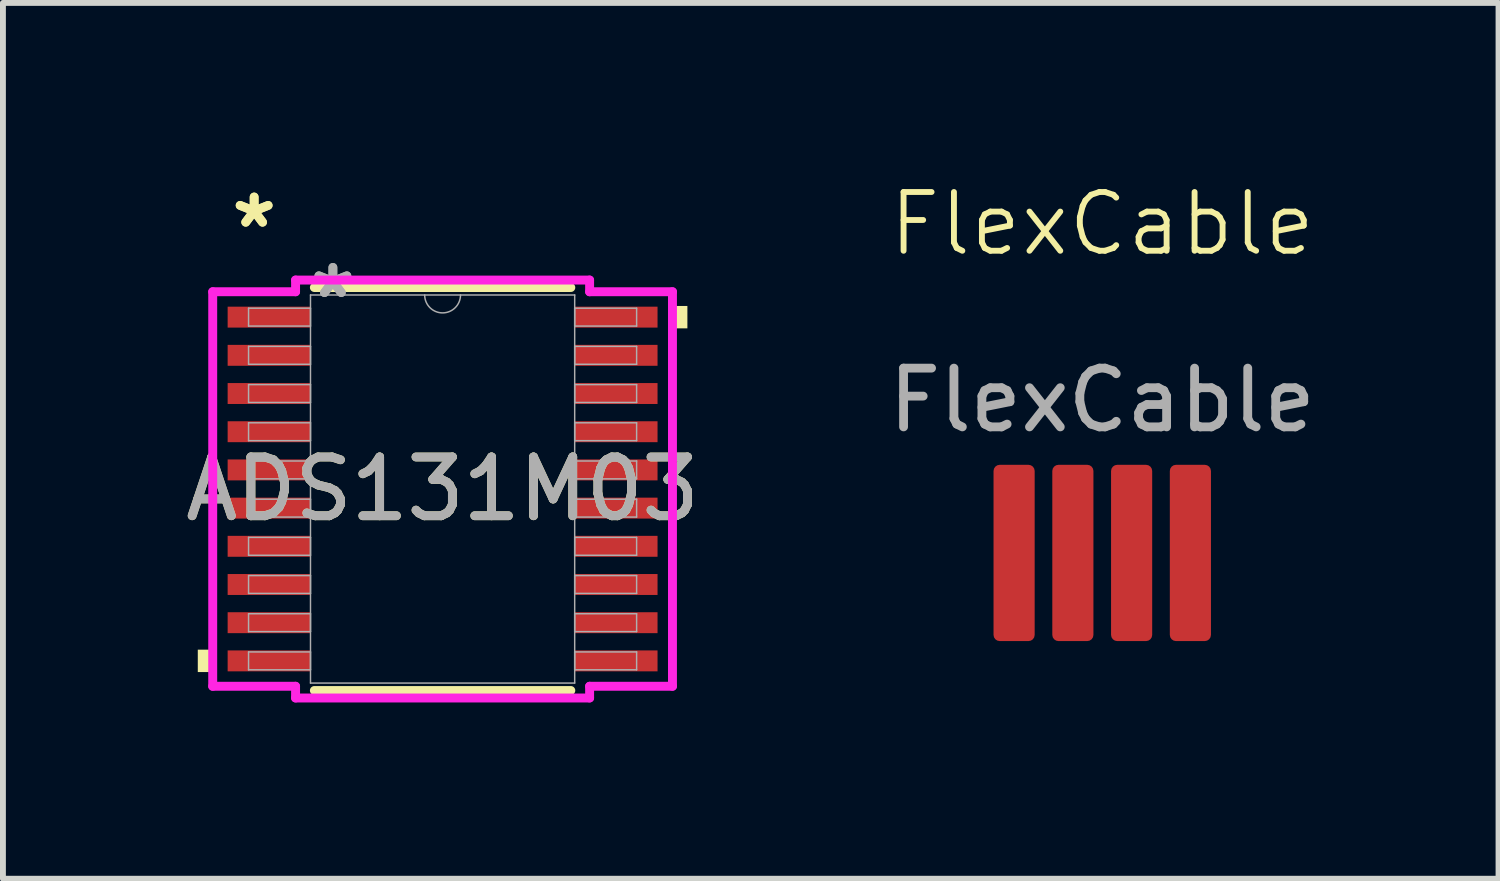
<source format=kicad_pcb>
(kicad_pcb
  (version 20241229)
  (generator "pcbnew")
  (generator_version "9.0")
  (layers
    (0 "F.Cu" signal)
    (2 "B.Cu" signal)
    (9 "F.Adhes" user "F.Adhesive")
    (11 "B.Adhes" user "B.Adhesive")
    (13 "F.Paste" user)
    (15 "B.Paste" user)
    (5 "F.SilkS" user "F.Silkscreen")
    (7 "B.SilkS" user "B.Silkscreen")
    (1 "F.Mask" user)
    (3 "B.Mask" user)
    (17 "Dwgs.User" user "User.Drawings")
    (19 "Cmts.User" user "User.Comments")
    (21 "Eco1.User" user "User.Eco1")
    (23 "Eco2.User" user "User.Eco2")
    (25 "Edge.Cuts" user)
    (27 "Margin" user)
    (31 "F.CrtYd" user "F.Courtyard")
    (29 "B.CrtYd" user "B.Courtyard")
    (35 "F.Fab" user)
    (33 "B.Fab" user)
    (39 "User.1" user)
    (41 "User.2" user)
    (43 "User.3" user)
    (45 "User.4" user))
  (footprint "ADS131M03"
    (layer "F.Cu")
    (at 4.482 5.272)
    (property "Reference" "ADS131M03" (at 0 0 0) (unlocked yes) (layer "F.SilkS") (effects (font (size 1 1) (thickness 0.15))))
    (attr smd)
    (fp_line (start -2.182 3.429) (end 2.182 3.429) (stroke (width 0.152) (type solid)) (layer "F.SilkS"))
    (fp_line (start 2.182 -3.429) (end -2.182 -3.429) (stroke (width 0.152) (type solid)) (layer "F.SilkS"))
    (fp_poly (pts (xy -4.166 2.734) (xy -4.166 3.115) (xy -3.912 3.115) (xy -3.912 2.734)) (stroke (width 0) (type solid)) (fill yes) (layer "F.SilkS"))
    (fp_poly (pts (xy 4.166 -3.115) (xy 4.166 -2.734) (xy 3.912 -2.734) (xy 3.912 -3.115)) (stroke (width 0) (type solid)) (fill yes) (layer "F.SilkS"))
    (fp_line (start -3.912 -3.357) (end -2.502 -3.357) (stroke (width 0.152) (type solid)) (layer "F.CrtYd"))
    (fp_line (start -3.912 3.357) (end -3.912 -3.357) (stroke (width 0.152) (type solid)) (layer "F.CrtYd"))
    (fp_line (start -3.912 3.357) (end -2.502 3.357) (stroke (width 0.152) (type solid)) (layer "F.CrtYd"))
    (fp_line (start -2.502 -3.556) (end 2.502 -3.556) (stroke (width 0.152) (type solid)) (layer "F.CrtYd"))
    (fp_line (start -2.502 -3.357) (end -2.502 -3.556) (stroke (width 0.152) (type solid)) (layer "F.CrtYd"))
    (fp_line (start -2.502 3.556) (end -2.502 3.357) (stroke (width 0.152) (type solid)) (layer "F.CrtYd"))
    (fp_line (start 2.502 -3.556) (end 2.502 -3.357) (stroke (width 0.152) (type solid)) (layer "F.CrtYd"))
    (fp_line (start 2.502 3.357) (end 2.502 3.556) (stroke (width 0.152) (type solid)) (layer "F.CrtYd"))
    (fp_line (start 2.502 3.556) (end -2.502 3.556) (stroke (width 0.152) (type solid)) (layer "F.CrtYd"))
    (fp_line (start 3.912 -3.357) (end 2.502 -3.357) (stroke (width 0.152) (type solid)) (layer "F.CrtYd"))
    (fp_line (start 3.912 -3.357) (end 3.912 3.357) (stroke (width 0.152) (type solid)) (layer "F.CrtYd"))
    (fp_line (start 3.912 3.357) (end 2.502 3.357) (stroke (width 0.152) (type solid)) (layer "F.CrtYd"))
    (fp_line (start -3.302 -3.077) (end -3.302 -2.773) (stroke (width 0.025) (type solid)) (layer "F.Fab"))
    (fp_line (start -3.302 -2.773) (end -2.248 -2.773) (stroke (width 0.025) (type solid)) (layer "F.Fab"))
    (fp_line (start -3.302 -2.427) (end -3.302 -2.123) (stroke (width 0.025) (type solid)) (layer "F.Fab"))
    (fp_line (start -3.302 -2.123) (end -2.248 -2.123) (stroke (width 0.025) (type solid)) (layer "F.Fab"))
    (fp_line (start -3.302 -1.777) (end -3.302 -1.473) (stroke (width 0.025) (type solid)) (layer "F.Fab"))
    (fp_line (start -3.302 -1.473) (end -2.248 -1.473) (stroke (width 0.025) (type solid)) (layer "F.Fab"))
    (fp_line (start -3.302 -1.127) (end -3.302 -0.823) (stroke (width 0.025) (type solid)) (layer "F.Fab"))
    (fp_line (start -3.302 -0.823) (end -2.248 -0.823) (stroke (width 0.025) (type solid)) (layer "F.Fab"))
    (fp_line (start -3.302 -0.477) (end -3.302 -0.173) (stroke (width 0.025) (type solid)) (layer "F.Fab"))
    (fp_line (start -3.302 -0.173) (end -2.248 -0.173) (stroke (width 0.025) (type solid)) (layer "F.Fab"))
    (fp_line (start -3.302 0.173) (end -3.302 0.477) (stroke (width 0.025) (type solid)) (layer "F.Fab"))
    (fp_line (start -3.302 0.477) (end -2.248 0.477) (stroke (width 0.025) (type solid)) (layer "F.Fab"))
    (fp_line (start -3.302 0.823) (end -3.302 1.127) (stroke (width 0.025) (type solid)) (layer "F.Fab"))
    (fp_line (start -3.302 1.127) (end -2.248 1.127) (stroke (width 0.025) (type solid)) (layer "F.Fab"))
    (fp_line (start -3.302 1.473) (end -3.302 1.777) (stroke (width 0.025) (type solid)) (layer "F.Fab"))
    (fp_line (start -3.302 1.777) (end -2.248 1.777) (stroke (width 0.025) (type solid)) (layer "F.Fab"))
    (fp_line (start -3.302 2.123) (end -3.302 2.427) (stroke (width 0.025) (type solid)) (layer "F.Fab"))
    (fp_line (start -3.302 2.427) (end -2.248 2.427) (stroke (width 0.025) (type solid)) (layer "F.Fab"))
    (fp_line (start -3.302 2.773) (end -3.302 3.077) (stroke (width 0.025) (type solid)) (layer "F.Fab"))
    (fp_line (start -3.302 3.077) (end -2.248 3.077) (stroke (width 0.025) (type solid)) (layer "F.Fab"))
    (fp_line (start -2.248 -3.302) (end -2.248 3.302) (stroke (width 0.025) (type solid)) (layer "F.Fab"))
    (fp_line (start -2.248 -3.077) (end -3.302 -3.077) (stroke (width 0.025) (type solid)) (layer "F.Fab"))
    (fp_line (start -2.248 -2.773) (end -2.248 -3.077) (stroke (width 0.025) (type solid)) (layer "F.Fab"))
    (fp_line (start -2.248 -2.427) (end -3.302 -2.427) (stroke (width 0.025) (type solid)) (layer "F.Fab"))
    (fp_line (start -2.248 -2.123) (end -2.248 -2.427) (stroke (width 0.025) (type solid)) (layer "F.Fab"))
    (fp_line (start -2.248 -1.777) (end -3.302 -1.777) (stroke (width 0.025) (type solid)) (layer "F.Fab"))
    (fp_line (start -2.248 -1.473) (end -2.248 -1.777) (stroke (width 0.025) (type solid)) (layer "F.Fab"))
    (fp_line (start -2.248 -1.127) (end -3.302 -1.127) (stroke (width 0.025) (type solid)) (layer "F.Fab"))
    (fp_line (start -2.248 -0.823) (end -2.248 -1.127) (stroke (width 0.025) (type solid)) (layer "F.Fab"))
    (fp_line (start -2.248 -0.477) (end -3.302 -0.477) (stroke (width 0.025) (type solid)) (layer "F.Fab"))
    (fp_line (start -2.248 -0.173) (end -2.248 -0.477) (stroke (width 0.025) (type solid)) (layer "F.Fab"))
    (fp_line (start -2.248 0.173) (end -3.302 0.173) (stroke (width 0.025) (type solid)) (layer "F.Fab"))
    (fp_line (start -2.248 0.477) (end -2.248 0.173) (stroke (width 0.025) (type solid)) (layer "F.Fab"))
    (fp_line (start -2.248 0.823) (end -3.302 0.823) (stroke (width 0.025) (type solid)) (layer "F.Fab"))
    (fp_line (start -2.248 1.127) (end -2.248 0.823) (stroke (width 0.025) (type solid)) (layer "F.Fab"))
    (fp_line (start -2.248 1.473) (end -3.302 1.473) (stroke (width 0.025) (type solid)) (layer "F.Fab"))
    (fp_line (start -2.248 1.777) (end -2.248 1.473) (stroke (width 0.025) (type solid)) (layer "F.Fab"))
    (fp_line (start -2.248 2.123) (end -3.302 2.123) (stroke (width 0.025) (type solid)) (layer "F.Fab"))
    (fp_line (start -2.248 2.427) (end -2.248 2.123) (stroke (width 0.025) (type solid)) (layer "F.Fab"))
    (fp_line (start -2.248 2.773) (end -3.302 2.773) (stroke (width 0.025) (type solid)) (layer "F.Fab"))
    (fp_line (start -2.248 3.077) (end -2.248 2.773) (stroke (width 0.025) (type solid)) (layer "F.Fab"))
    (fp_line (start -2.248 3.302) (end 2.248 3.302) (stroke (width 0.025) (type solid)) (layer "F.Fab"))
    (fp_line (start 2.248 -3.302) (end -2.248 -3.302) (stroke (width 0.025) (type solid)) (layer "F.Fab"))
    (fp_line (start 2.248 -3.077) (end 2.248 -2.773) (stroke (width 0.025) (type solid)) (layer "F.Fab"))
    (fp_line (start 2.248 -2.773) (end 3.302 -2.773) (stroke (width 0.025) (type solid)) (layer "F.Fab"))
    (fp_line (start 2.248 -2.427) (end 2.248 -2.123) (stroke (width 0.025) (type solid)) (layer "F.Fab"))
    (fp_line (start 2.248 -2.123) (end 3.302 -2.123) (stroke (width 0.025) (type solid)) (layer "F.Fab"))
    (fp_line (start 2.248 -1.777) (end 2.248 -1.473) (stroke (width 0.025) (type solid)) (layer "F.Fab"))
    (fp_line (start 2.248 -1.473) (end 3.302 -1.473) (stroke (width 0.025) (type solid)) (layer "F.Fab"))
    (fp_line (start 2.248 -1.127) (end 2.248 -0.823) (stroke (width 0.025) (type solid)) (layer "F.Fab"))
    (fp_line (start 2.248 -0.823) (end 3.302 -0.823) (stroke (width 0.025) (type solid)) (layer "F.Fab"))
    (fp_line (start 2.248 -0.477) (end 2.248 -0.173) (stroke (width 0.025) (type solid)) (layer "F.Fab"))
    (fp_line (start 2.248 -0.173) (end 3.302 -0.173) (stroke (width 0.025) (type solid)) (layer "F.Fab"))
    (fp_line (start 2.248 0.173) (end 2.248 0.477) (stroke (width 0.025) (type solid)) (layer "F.Fab"))
    (fp_line (start 2.248 0.477) (end 3.302 0.477) (stroke (width 0.025) (type solid)) (layer "F.Fab"))
    (fp_line (start 2.248 0.823) (end 2.248 1.127) (stroke (width 0.025) (type solid)) (layer "F.Fab"))
    (fp_line (start 2.248 1.127) (end 3.302 1.127) (stroke (width 0.025) (type solid)) (layer "F.Fab"))
    (fp_line (start 2.248 1.473) (end 2.248 1.777) (stroke (width 0.025) (type solid)) (layer "F.Fab"))
    (fp_line (start 2.248 1.777) (end 3.302 1.777) (stroke (width 0.025) (type solid)) (layer "F.Fab"))
    (fp_line (start 2.248 2.123) (end 2.248 2.427) (stroke (width 0.025) (type solid)) (layer "F.Fab"))
    (fp_line (start 2.248 2.427) (end 3.302 2.427) (stroke (width 0.025) (type solid)) (layer "F.Fab"))
    (fp_line (start 2.248 2.773) (end 2.248 3.077) (stroke (width 0.025) (type solid)) (layer "F.Fab"))
    (fp_line (start 2.248 3.077) (end 3.302 3.077) (stroke (width 0.025) (type solid)) (layer "F.Fab"))
    (fp_line (start 2.248 3.302) (end 2.248 -3.302) (stroke (width 0.025) (type solid)) (layer "F.Fab"))
    (fp_line (start 3.302 -3.077) (end 2.248 -3.077) (stroke (width 0.025) (type solid)) (layer "F.Fab"))
    (fp_line (start 3.302 -2.773) (end 3.302 -3.077) (stroke (width 0.025) (type solid)) (layer "F.Fab"))
    (fp_line (start 3.302 -2.427) (end 2.248 -2.427) (stroke (width 0.025) (type solid)) (layer "F.Fab"))
    (fp_line (start 3.302 -2.123) (end 3.302 -2.427) (stroke (width 0.025) (type solid)) (layer "F.Fab"))
    (fp_line (start 3.302 -1.777) (end 2.248 -1.777) (stroke (width 0.025) (type solid)) (layer "F.Fab"))
    (fp_line (start 3.302 -1.473) (end 3.302 -1.777) (stroke (width 0.025) (type solid)) (layer "F.Fab"))
    (fp_line (start 3.302 -1.127) (end 2.248 -1.127) (stroke (width 0.025) (type solid)) (layer "F.Fab"))
    (fp_line (start 3.302 -0.823) (end 3.302 -1.127) (stroke (width 0.025) (type solid)) (layer "F.Fab"))
    (fp_line (start 3.302 -0.477) (end 2.248 -0.477) (stroke (width 0.025) (type solid)) (layer "F.Fab"))
    (fp_line (start 3.302 -0.173) (end 3.302 -0.477) (stroke (width 0.025) (type solid)) (layer "F.Fab"))
    (fp_line (start 3.302 0.173) (end 2.248 0.173) (stroke (width 0.025) (type solid)) (layer "F.Fab"))
    (fp_line (start 3.302 0.477) (end 3.302 0.173) (stroke (width 0.025) (type solid)) (layer "F.Fab"))
    (fp_line (start 3.302 0.823) (end 2.248 0.823) (stroke (width 0.025) (type solid)) (layer "F.Fab"))
    (fp_line (start 3.302 1.127) (end 3.302 0.823) (stroke (width 0.025) (type solid)) (layer "F.Fab"))
    (fp_line (start 3.302 1.473) (end 2.248 1.473) (stroke (width 0.025) (type solid)) (layer "F.Fab"))
    (fp_line (start 3.302 1.777) (end 3.302 1.473) (stroke (width 0.025) (type solid)) (layer "F.Fab"))
    (fp_line (start 3.302 2.123) (end 2.248 2.123) (stroke (width 0.025) (type solid)) (layer "F.Fab"))
    (fp_line (start 3.302 2.427) (end 3.302 2.123) (stroke (width 0.025) (type solid)) (layer "F.Fab"))
    (fp_line (start 3.302 2.773) (end 2.248 2.773) (stroke (width 0.025) (type solid)) (layer "F.Fab"))
    (fp_line (start 3.302 3.077) (end 3.302 2.773) (stroke (width 0.025) (type solid)) (layer "F.Fab"))
    (fp_arc (start 0.3048 -3.302) (mid 0 -2.9972) (end -0.3048 -3.302) (stroke (width 0.0254) (type solid)) (layer "F.Fab"))
    (fp_text user "*" (at -3.207 -4.424 0) (unlocked yes) (layer "F.SilkS") (effects (font (size 1 1) (thickness 0.15))))
    (fp_text user "*" (at -3.207 -4.424 0) (layer "F.SilkS") (effects (font (size 1 1) (thickness 0.15))))
    (fp_text user "${REFERENCE}" (at 0 0 0) (unlocked yes) (layer "F.Fab") (effects (font (size 1 1) (thickness 0.15))))
    (fp_text user "*" (at -1.867 -3.226 0) (layer "F.Fab") (effects (font (size 1 1) (thickness 0.15))))
    (fp_text user "*" (at -1.867 -3.226 0) (unlocked yes) (layer "F.Fab") (effects (font (size 1 1) (thickness 0.15))))
    (pad "1" smd rect (at -2.953 -2.925) (size 1.41 0.356) (layers "F.Cu" "F.Mask" "F.Paste"))
    (pad "2" smd rect (at -2.953 -2.275) (size 1.41 0.356) (layers "F.Cu" "F.Mask" "F.Paste"))
    (pad "3" smd rect (at -2.953 -1.625) (size 1.41 0.356) (layers "F.Cu" "F.Mask" "F.Paste"))
    (pad "4" smd rect (at -2.953 -0.975) (size 1.41 0.356) (layers "F.Cu" "F.Mask" "F.Paste"))
    (pad "5" smd rect (at -2.953 -0.325) (size 1.41 0.356) (layers "F.Cu" "F.Mask" "F.Paste"))
    (pad "6" smd rect (at -2.953 0.325) (size 1.41 0.356) (layers "F.Cu" "F.Mask" "F.Paste"))
    (pad "7" smd rect (at -2.953 0.975) (size 1.41 0.356) (layers "F.Cu" "F.Mask" "F.Paste"))
    (pad "8" smd rect (at -2.953 1.625) (size 1.41 0.356) (layers "F.Cu" "F.Mask" "F.Paste"))
    (pad "9" smd rect (at -2.953 2.275) (size 1.41 0.356) (layers "F.Cu" "F.Mask" "F.Paste"))
    (pad "10" smd rect (at -2.953 2.925) (size 1.41 0.356) (layers "F.Cu" "F.Mask" "F.Paste"))
    (pad "11" smd rect (at 2.953 2.925) (size 1.41 0.356) (layers "F.Cu" "F.Mask" "F.Paste"))
    (pad "12" smd rect (at 2.953 2.275) (size 1.41 0.356) (layers "F.Cu" "F.Mask" "F.Paste"))
    (pad "13" smd rect (at 2.953 1.625) (size 1.41 0.356) (layers "F.Cu" "F.Mask" "F.Paste"))
    (pad "14" smd rect (at 2.953 0.975) (size 1.41 0.356) (layers "F.Cu" "F.Mask" "F.Paste"))
    (pad "15" smd rect (at 2.953 0.325) (size 1.41 0.356) (layers "F.Cu" "F.Mask" "F.Paste"))
    (pad "16" smd rect (at 2.953 -0.325) (size 1.41 0.356) (layers "F.Cu" "F.Mask" "F.Paste"))
    (pad "17" smd rect (at 2.953 -0.975) (size 1.41 0.356) (layers "F.Cu" "F.Mask" "F.Paste"))
    (pad "18" smd rect (at 2.953 -1.625) (size 1.41 0.356) (layers "F.Cu" "F.Mask" "F.Paste"))
    (pad "19" smd rect (at 2.953 -2.275) (size 1.41 0.356) (layers "F.Cu" "F.Mask" "F.Paste"))
    (pad "20" smd rect (at 2.953 -2.925) (size 1.41 0.356) (layers "F.Cu" "F.Mask" "F.Paste")))
  (footprint "FlexCable"
    (layer "F.Cu")
    (at 15.708 1.26)
    (property "Reference" "FlexCable" (at 0 -0.5 0) (unlocked yes) (layer "F.SilkS") (effects (font (size 1 1) (thickness 0.1))))
    (attr smd)
    (fp_text user "${REFERENCE}" (at 0 2.5 0) (unlocked yes) (layer "F.Fab") (effects (font (size 1 1) (thickness 0.15))))
    (pad "1" smd roundrect (at -1.5 5.1) (size 0.7 3) (layers "F.Cu" "F.Mask" "F.Paste") (roundrect_rratio 0.15))
    (pad "2" smd roundrect (at -0.5 5.1) (size 0.7 3) (layers "F.Cu" "F.Mask" "F.Paste") (roundrect_rratio 0.15))
    (pad "3" smd roundrect (at 0.5 5.1) (size 0.7 3) (layers "F.Cu" "F.Mask" "F.Paste") (roundrect_rratio 0.15))
    (pad "4" smd roundrect (at 1.5 5.1) (size 0.7 3) (layers "F.Cu" "F.Mask" "F.Paste") (roundrect_rratio 0.15)))
  (gr_rect
    (start -3 -3)
    (end 22.452 11.904)
    (stroke (width 0.1) (type default))
    (fill no)
    (layer "Edge.Cuts")))
</source>
